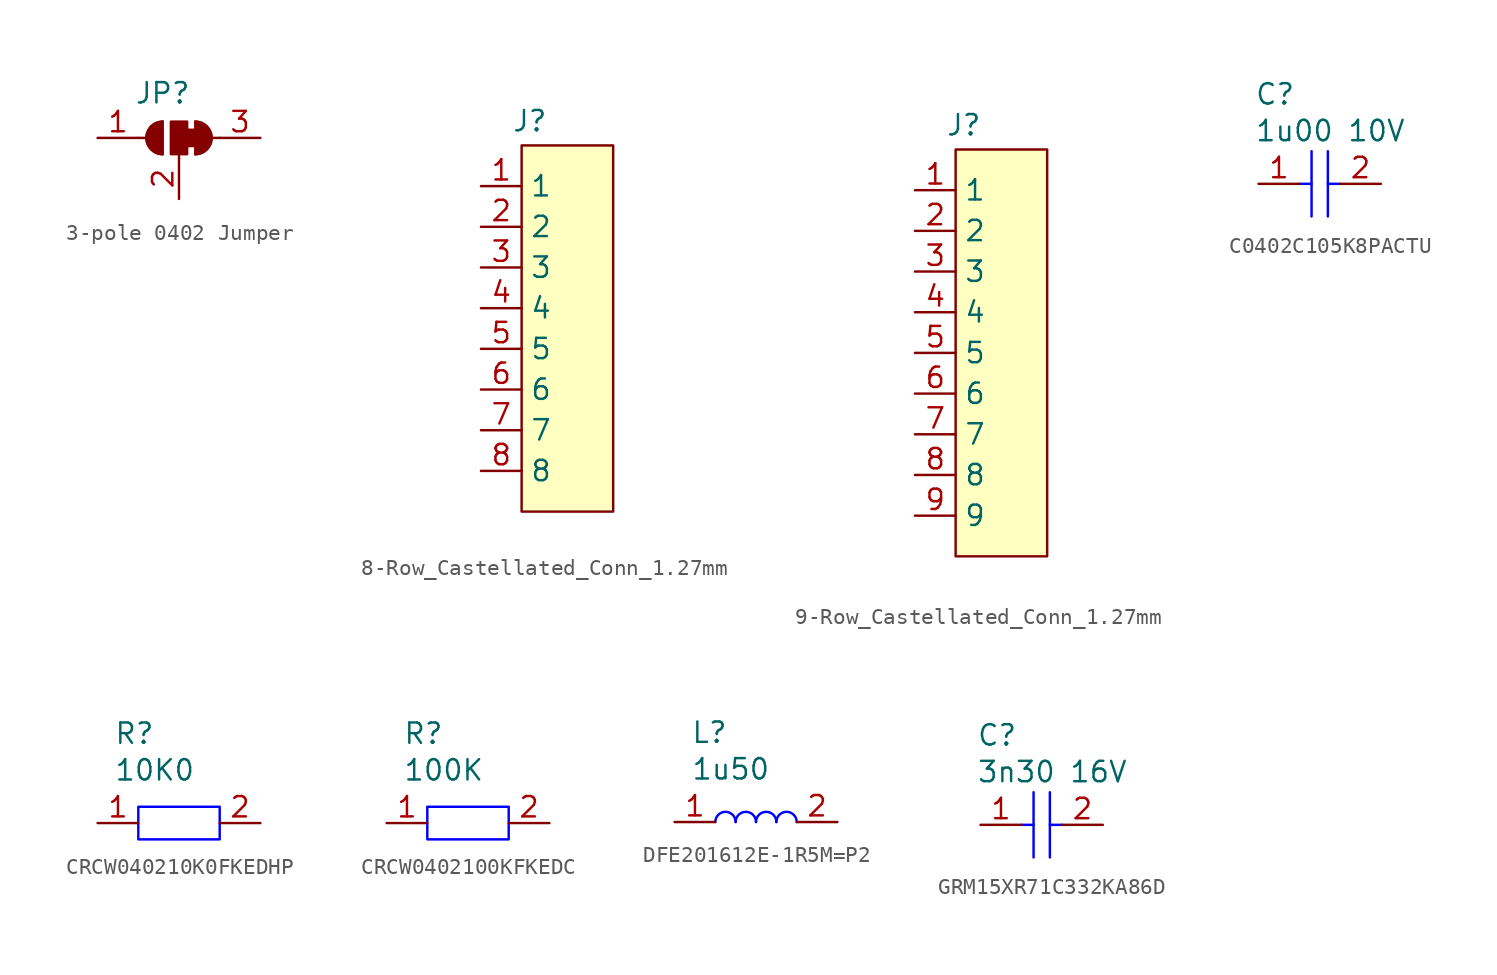
<source format=kicad_sym>
(kicad_symbol_lib
  (version 20231120)
  (generator "kicad_symbol_editor")
  (generator_version "8.0")
  (symbol "3-pole 0402 Jumper"
    (property "Reference" "JP"
      (at -1.016 2.794 0)
      (effects (font (size 1.27 1.27))))
    (property "Value" ""
      (at -2.54 -3.81 0)
      (effects (font (size 1.27 1.27))))
    (symbol "3-pole 0402 Jumper_0_1"
      (arc (start -1.016 1.016) (mid -2.0276 0) (end -1.016 -1.016) (stroke (width 0) (type default)) (fill (type none)))
      (arc (start -1.016 1.016) (mid -2.0276 0) (end -1.016 -1.016) (stroke (width 0) (type default)) (fill (type outline)))
      (rectangle (start -0.508 1.016) (end 0.508 -1.016) (stroke (width 0) (type default)) (fill (type outline)))
      (polyline (pts (xy -2.54 0) (xy -2.032 0)) (stroke (width 0) (type default)) (fill (type none)))
      (polyline (pts (xy -1.016 1.016) (xy -1.016 -1.016)) (stroke (width 0) (type default)) (fill (type none)))
      (polyline (pts (xy 0 -1.27) (xy 0 -1.016)) (stroke (width 0) (type default)) (fill (type none)))
      (polyline (pts (xy 1.016 1.016) (xy 1.016 -1.016)) (stroke (width 0) (type default)) (fill (type none)))
      (polyline (pts (xy 2.54 0) (xy 2.032 0)) (stroke (width 0) (type default)) (fill (type none)))
      (rectangle (start 0.508 0.508) (end 1.016 -0.508) (stroke (width 0) (type default)) (fill (type outline)))
      (arc (start 1.016 -1.016) (mid 2.0276 0) (end 1.016 1.016) (stroke (width 0) (type default)) (fill (type none)))
      (arc (start 1.016 -1.016) (mid 2.0276 0) (end 1.016 1.016) (stroke (width 0) (type default)) (fill (type outline))))
    (symbol "3-pole 0402 Jumper_1_1"
      (pin passive line (at -5.08 0 0) (length 2.54) (name "" (effects (font (size 1.27 1.27)))) (number "1" (effects (font (size 1.27 1.27)))))
      (pin passive line (at 0 -3.81 90) (length 2.54) (name "" (effects (font (size 1.27 1.27)))) (number "2" (effects (font (size 1.27 1.27)))))
      (pin passive line (at 5.08 0 180) (length 2.54) (name "" (effects (font (size 1.27 1.27)))) (number "3" (effects (font (size 1.27 1.27)))))))
  (symbol "8-Row_Castellated_Conn_1.27mm"
    (property "Reference" "J"
      (at 0.508 1.524 0)
      (effects (font (size 1.27 1.27))))
    (property "Value" ""
      (at 0 0 0)
      (effects (font (size 1.27 1.27))))
    (symbol "8-Row_Castellated_Conn_1.27mm_0_1"
      (rectangle (start 0 0) (end 5.715 -22.86) (stroke (width 0) (type default) (color 128 0 0 1)) (fill (type background))))
    (symbol "8-Row_Castellated_Conn_1.27mm_1_1"
      (pin passive line (at -2.54 -2.54 0) (length 2.54) (name "1" (effects (font (size 1.27 1.27)))) (number "1" (effects (font (size 1.27 1.27)))))
      (pin passive line (at -2.54 -5.08 0) (length 2.54) (name "2" (effects (font (size 1.27 1.27)))) (number "2" (effects (font (size 1.27 1.27)))))
      (pin passive line (at -2.54 -7.62 0) (length 2.54) (name "3" (effects (font (size 1.27 1.27)))) (number "3" (effects (font (size 1.27 1.27)))))
      (pin passive line (at -2.54 -10.16 0) (length 2.54) (name "4" (effects (font (size 1.27 1.27)))) (number "4" (effects (font (size 1.27 1.27)))))
      (pin passive line (at -2.54 -12.7 0) (length 2.54) (name "5" (effects (font (size 1.27 1.27)))) (number "5" (effects (font (size 1.27 1.27)))))
      (pin passive line (at -2.54 -15.24 0) (length 2.54) (name "6" (effects (font (size 1.27 1.27)))) (number "6" (effects (font (size 1.27 1.27)))))
      (pin passive line (at -2.54 -17.78 0) (length 2.54) (name "7" (effects (font (size 1.27 1.27)))) (number "7" (effects (font (size 1.27 1.27)))))
      (pin passive line (at -2.54 -20.32 0) (length 2.54) (name "8" (effects (font (size 1.27 1.27)))) (number "8" (effects (font (size 1.27 1.27)))))))
  (symbol "9-Row_Castellated_Conn_1.27mm"
    (property "Reference" "J"
      (at 0.508 1.524 0)
      (effects (font (size 1.27 1.27))))
    (property "Value" ""
      (at 0 0 0)
      (effects (font (size 1.27 1.27))))
    (symbol "9-Row_Castellated_Conn_1.27mm_0_1"
      (rectangle (start 0 0) (end 5.715 -25.4) (stroke (width 0) (type default) (color 128 0 0 1)) (fill (type background))))
    (symbol "9-Row_Castellated_Conn_1.27mm_1_1"
      (pin passive line (at -2.54 -2.54 0) (length 2.54) (name "1" (effects (font (size 1.27 1.27)))) (number "1" (effects (font (size 1.27 1.27)))))
      (pin passive line (at -2.54 -5.08 0) (length 2.54) (name "2" (effects (font (size 1.27 1.27)))) (number "2" (effects (font (size 1.27 1.27)))))
      (pin passive line (at -2.54 -7.62 0) (length 2.54) (name "3" (effects (font (size 1.27 1.27)))) (number "3" (effects (font (size 1.27 1.27)))))
      (pin passive line (at -2.54 -10.16 0) (length 2.54) (name "4" (effects (font (size 1.27 1.27)))) (number "4" (effects (font (size 1.27 1.27)))))
      (pin passive line (at -2.54 -12.7 0) (length 2.54) (name "5" (effects (font (size 1.27 1.27)))) (number "5" (effects (font (size 1.27 1.27)))))
      (pin passive line (at -2.54 -15.24 0) (length 2.54) (name "6" (effects (font (size 1.27 1.27)))) (number "6" (effects (font (size 1.27 1.27)))))
      (pin passive line (at -2.54 -17.78 0) (length 2.54) (name "7" (effects (font (size 1.27 1.27)))) (number "7" (effects (font (size 1.27 1.27)))))
      (pin passive line (at -2.54 -20.32 0) (length 2.54) (name "8" (effects (font (size 1.27 1.27)))) (number "8" (effects (font (size 1.27 1.27)))))
      (pin passive line (at -2.54 -22.86 0) (length 2.54) (name "9" (effects (font (size 1.27 1.27)))) (number "9" (effects (font (size 1.27 1.27)))))))
  (symbol "C0402C105K8PACTU"
    (property "Reference" "C"
      (at -4.064 5.588 0)
      (effects (font (size 1.27 1.27)) (justify left)))
    (property "Value" "1u00 10V"
      (at -4.064 3.302 0)
      (effects (font (size 1.27 1.27)) (justify left)))
    (symbol "C0402C105K8PACTU_1_1"
      (polyline (pts (xy -1.27 0) (xy -0.508 0)) (stroke (width 0) (type default) (color 0 0 255 1)) (fill (type none)))
      (polyline (pts (xy -0.508 2.032) (xy -0.508 -2.032)) (stroke (width 0) (type default) (color 0 0 255 1)) (fill (type none)))
      (polyline (pts (xy 0.508 2.032) (xy 0.508 -2.032)) (stroke (width 0) (type default) (color 0 0 255 1)) (fill (type none)))
      (polyline (pts (xy 1.27 0) (xy 0.508 0)) (stroke (width 0) (type default) (color 0 0 255 1)) (fill (type none)))
      (pin passive line (at -3.81 0 0) (length 2.54) (name "" (effects (font (size 1.27 1.27)))) (number "1" (effects (font (size 1.27 1.27)))))
      (pin passive line (at 3.81 0 180) (length 2.54) (name "" (effects (font (size 1.27 1.27)))) (number "2" (effects (font (size 1.27 1.27)))))))
  (symbol "CRCW040210K0FKEDHP"
    (property "Reference" "R"
      (at -4.064 5.588 0)
      (effects (font (size 1.27 1.27)) (justify left)))
    (property "Value" "10K0"
      (at -4.064 3.302 0)
      (effects (font (size 1.27 1.27)) (justify left)))
    (symbol "CRCW040210K0FKEDHP_0_1"
      (rectangle (start -2.54 1.016) (end 2.54 -1.016) (stroke (width 0) (type default) (color 0 0 255 1)) (fill (type none))))
    (symbol "CRCW040210K0FKEDHP_1_1"
      (pin passive line (at -5.08 0 0) (length 2.54) (name "" (effects (font (size 1.27 1.27)))) (number "1" (effects (font (size 1.27 1.27)))))
      (pin passive line (at 5.08 0 180) (length 2.54) (name "" (effects (font (size 1.27 1.27)))) (number "2" (effects (font (size 1.27 1.27)))))))
  (symbol "CRCW0402100KFKEDC"
    (property "Reference" "R"
      (at -4.064 5.588 0)
      (effects (font (size 1.27 1.27)) (justify left)))
    (property "Value" "100K"
      (at -4.064 3.302 0)
      (effects (font (size 1.27 1.27)) (justify left)))
    (symbol "CRCW0402100KFKEDC_0_1"
      (rectangle (start -2.54 1.016) (end 2.54 -1.016) (stroke (width 0) (type default) (color 0 0 255 1)) (fill (type none))))
    (symbol "CRCW0402100KFKEDC_1_1"
      (pin passive line (at -5.08 0 0) (length 2.54) (name "" (effects (font (size 1.27 1.27)))) (number "1" (effects (font (size 1.27 1.27)))))
      (pin passive line (at 5.08 0 180) (length 2.54) (name "" (effects (font (size 1.27 1.27)))) (number "2" (effects (font (size 1.27 1.27)))))))
  (symbol "DFE201612E-1R5M=P2"
    (property "Reference" "L"
      (at -4.064 5.588 0)
      (effects (font (size 1.27 1.27)) (justify left)))
    (property "Value" "1u50"
      (at -4.064 3.302 0)
      (effects (font (size 1.27 1.27)) (justify left)))
    (symbol "DFE201612E-1R5M=P2_0_1"
      (arc (start -1.27 0.0027) (mid -1.905 0.635) (end -2.54 0.0027) (stroke (width 0) (type default) (color 0 0 255 1)) (fill (type none)))
      (arc (start 0 0.0027) (mid -0.635 0.635) (end -1.27 0.0027) (stroke (width 0) (type default) (color 0 0 255 1)) (fill (type none)))
      (arc (start 1.27 0.0027) (mid 0.635 0.635) (end 0 0.0027) (stroke (width 0) (type default) (color 0 0 255 1)) (fill (type none)))
      (arc (start 2.54 0.0027) (mid 1.905 0.635) (end 1.27 0.0027) (stroke (width 0) (type default) (color 0 0 255 1)) (fill (type none))))
    (symbol "DFE201612E-1R5M=P2_1_1"
      (pin passive line (at -5.08 0 0) (length 2.54) (name "" (effects (font (size 1.27 1.27)))) (number "1" (effects (font (size 1.27 1.27)))))
      (pin passive line (at 5.08 0 180) (length 2.54) (name "" (effects (font (size 1.27 1.27)))) (number "2" (effects (font (size 1.27 1.27)))))))
  (symbol "GRM15XR71C332KA86D"
    (property "Reference" "C"
      (at -4.064 5.588 0)
      (effects (font (size 1.27 1.27)) (justify left)))
    (property "Value" "3n30 16V"
      (at -4.064 3.302 0)
      (effects (font (size 1.27 1.27)) (justify left)))
    (symbol "GRM15XR71C332KA86D_1_1"
      (polyline (pts (xy -1.27 0) (xy -0.508 0)) (stroke (width 0) (type default) (color 0 0 255 1)) (fill (type none)))
      (polyline (pts (xy -0.508 2.032) (xy -0.508 -2.032)) (stroke (width 0) (type default) (color 0 0 255 1)) (fill (type none)))
      (polyline (pts (xy 0.508 2.032) (xy 0.508 -2.032)) (stroke (width 0) (type default) (color 0 0 255 1)) (fill (type none)))
      (polyline (pts (xy 1.27 0) (xy 0.508 0)) (stroke (width 0) (type default) (color 0 0 255 1)) (fill (type none)))
      (pin passive line (at -3.81 0 0) (length 2.54) (name "" (effects (font (size 1.27 1.27)))) (number "1" (effects (font (size 1.27 1.27)))))
      (pin passive line (at 3.81 0 180) (length 2.54) (name "" (effects (font (size 1.27 1.27)))) (number "2" (effects (font (size 1.27 1.27))))))))
</source>
